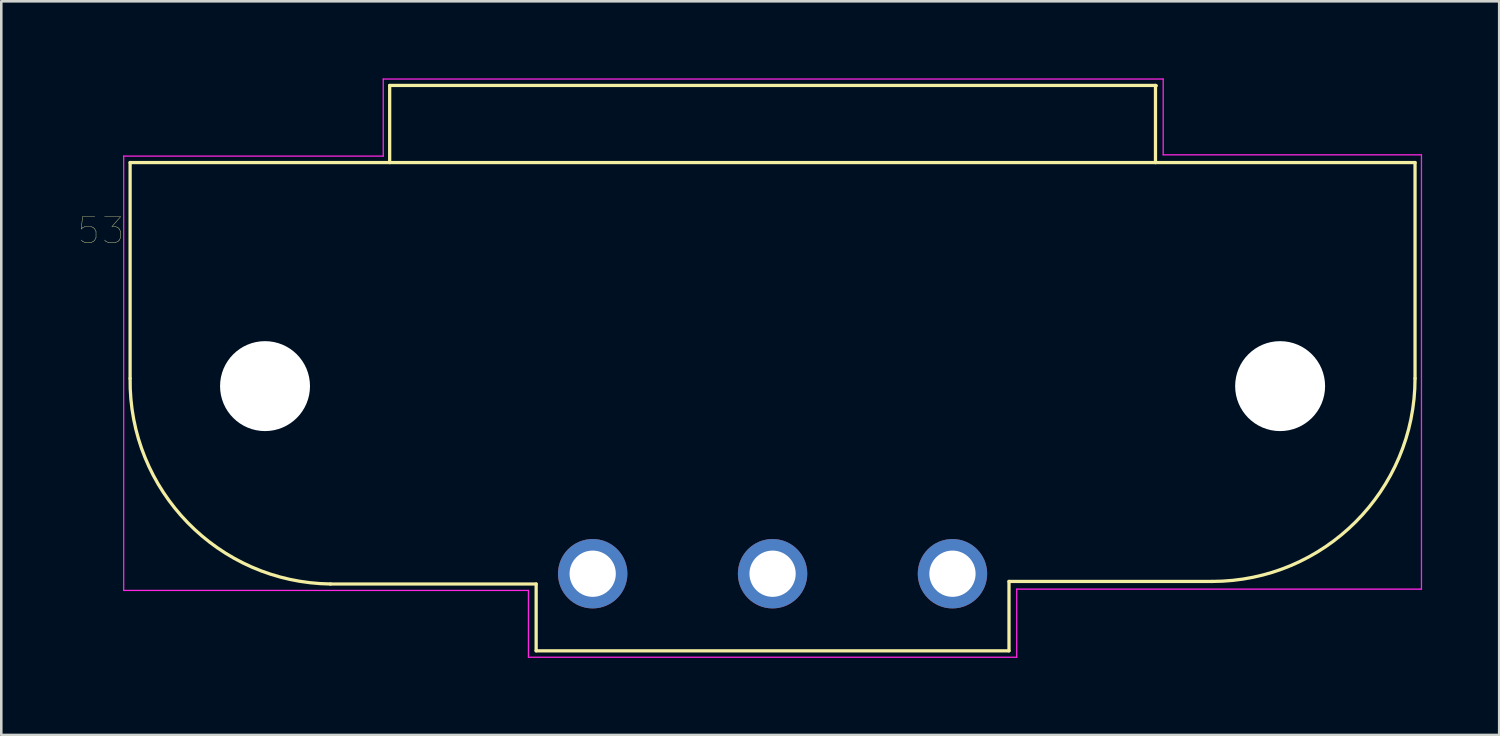
<source format=kicad_pcb>
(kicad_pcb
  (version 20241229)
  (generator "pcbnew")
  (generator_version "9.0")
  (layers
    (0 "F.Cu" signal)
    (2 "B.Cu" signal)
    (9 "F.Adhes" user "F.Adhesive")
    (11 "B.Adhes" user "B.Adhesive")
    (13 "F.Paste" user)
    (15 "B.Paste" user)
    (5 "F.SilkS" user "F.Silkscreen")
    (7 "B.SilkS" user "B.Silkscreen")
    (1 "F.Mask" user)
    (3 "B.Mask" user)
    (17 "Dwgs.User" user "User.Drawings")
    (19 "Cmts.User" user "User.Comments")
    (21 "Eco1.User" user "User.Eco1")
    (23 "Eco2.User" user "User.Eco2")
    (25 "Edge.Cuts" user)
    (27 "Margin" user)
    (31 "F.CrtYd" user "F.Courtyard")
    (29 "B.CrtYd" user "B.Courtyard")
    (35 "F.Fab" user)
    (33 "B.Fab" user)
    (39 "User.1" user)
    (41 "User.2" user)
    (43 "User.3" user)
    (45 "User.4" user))
  (footprint "53"
    (layer "F.Cu")
    (at 27.013 19.275)
    (property "Reference" "53" (at -26.136 -13.351 180) (layer "F.SilkS") (effects (font (size 1.002 1.002) (thickness 0.015))))
    (attr through_hole)
    (fp_line (start -25 -16) (end -25 -7.6) (stroke (width 0.127) (type solid)) (layer "F.SilkS"))
    (fp_line (start -25 -16) (end -14.9 -16) (stroke (width 0.127) (type solid)) (layer "F.SilkS"))
    (fp_line (start -17.2 0.4) (end -9.2 0.4) (stroke (width 0.127) (type solid)) (layer "F.SilkS"))
    (fp_line (start -14.9 -19) (end -14.9 -16) (stroke (width 0.127) (type solid)) (layer "F.SilkS"))
    (fp_line (start -14.9 -19) (end 14.9 -19) (stroke (width 0.127) (type solid)) (layer "F.SilkS"))
    (fp_line (start -14.9 -16) (end 14.9 -16) (stroke (width 0.127) (type solid)) (layer "F.SilkS"))
    (fp_line (start -9.2 0.4) (end -9.2 3) (stroke (width 0.127) (type solid)) (layer "F.SilkS"))
    (fp_line (start -9.2 3) (end 9.2 3) (stroke (width 0.127) (type solid)) (layer "F.SilkS"))
    (fp_line (start 9.2 3) (end 9.2 0.3) (stroke (width 0.127) (type solid)) (layer "F.SilkS"))
    (fp_line (start 14.9 -19) (end 14.9 -16) (stroke (width 0.127) (type solid)) (layer "F.SilkS"))
    (fp_line (start 14.9 -16) (end 25 -16) (stroke (width 0.127) (type solid)) (layer "F.SilkS"))
    (fp_line (start 14.93 -18.99) (end 14.9 -19) (stroke (width 0.127) (type solid)) (layer "F.SilkS"))
    (fp_line (start 17.1 0.3) (end 9.2 0.3) (stroke (width 0.127) (type solid)) (layer "F.SilkS"))
    (fp_line (start 25 -16) (end 25 -7.6) (stroke (width 0.127) (type solid)) (layer "F.SilkS"))
    (fp_arc (start -17.2 0.4) (mid -22.756854 -1.984567) (end -25 -7.6) (stroke (width 0.127) (type solid)) (layer "F.SilkS"))
    (fp_arc (start 25 -7.6) (mid 22.686144 -2.013856) (end 17.1 0.3) (stroke (width 0.127) (type solid)) (layer "F.SilkS"))
    (fp_line (start -25.25 -16.25) (end -15.15 -16.25) (stroke (width 0.05) (type solid)) (layer "F.CrtYd"))
    (fp_line (start -25.25 0.65) (end -25.25 -16.25) (stroke (width 0.05) (type solid)) (layer "F.CrtYd"))
    (fp_line (start -15.15 -19.25) (end 15.2 -19.25) (stroke (width 0.05) (type solid)) (layer "F.CrtYd"))
    (fp_line (start -15.15 -16.25) (end -15.15 -19.25) (stroke (width 0.05) (type solid)) (layer "F.CrtYd"))
    (fp_line (start -9.5 0.65) (end -25.25 0.65) (stroke (width 0.05) (type solid)) (layer "F.CrtYd"))
    (fp_line (start -9.5 3.25) (end -9.5 0.65) (stroke (width 0.05) (type solid)) (layer "F.CrtYd"))
    (fp_line (start 9.5 0.6) (end 9.5 3.25) (stroke (width 0.05) (type solid)) (layer "F.CrtYd"))
    (fp_line (start 9.5 3.25) (end -9.5 3.25) (stroke (width 0.05) (type solid)) (layer "F.CrtYd"))
    (fp_line (start 15.2 -19.25) (end 15.2 -16.3) (stroke (width 0.05) (type solid)) (layer "F.CrtYd"))
    (fp_line (start 15.2 -16.3) (end 25.25 -16.3) (stroke (width 0.05) (type solid)) (layer "F.CrtYd"))
    (fp_line (start 25.25 -16.3) (end 25.25 0.6) (stroke (width 0.05) (type solid)) (layer "F.CrtYd"))
    (fp_line (start 25.25 0.6) (end 9.5 0.6) (stroke (width 0.05) (type solid)) (layer "F.CrtYd"))
    (pad "" np_thru_hole circle (at -19.75 -7.3) (size 3.5 3.5) (drill 3.5) (layers "*.Cu" "*.Mask"))
    (pad "" np_thru_hole circle (at 19.75 -7.3) (size 3.5 3.5) (drill 3.5) (layers "*.Cu" "*.Mask"))
    (pad "1" thru_hole circle (at -7 0) (size 2.7 2.7) (drill 1.8) (layers "*.Cu" "*.Mask"))
    (pad "2" thru_hole circle (at 0 0) (size 2.7 2.7) (drill 1.8) (layers "*.Cu" "*.Mask"))
    (pad "3" thru_hole circle (at 7 0) (size 2.7 2.7) (drill 1.8) (layers "*.Cu" "*.Mask")))
  (gr_rect
    (start -3 -3)
    (end 55.288 25.55)
    (stroke (width 0.1) (type default))
    (fill no)
    (layer "Edge.Cuts")))
</source>
